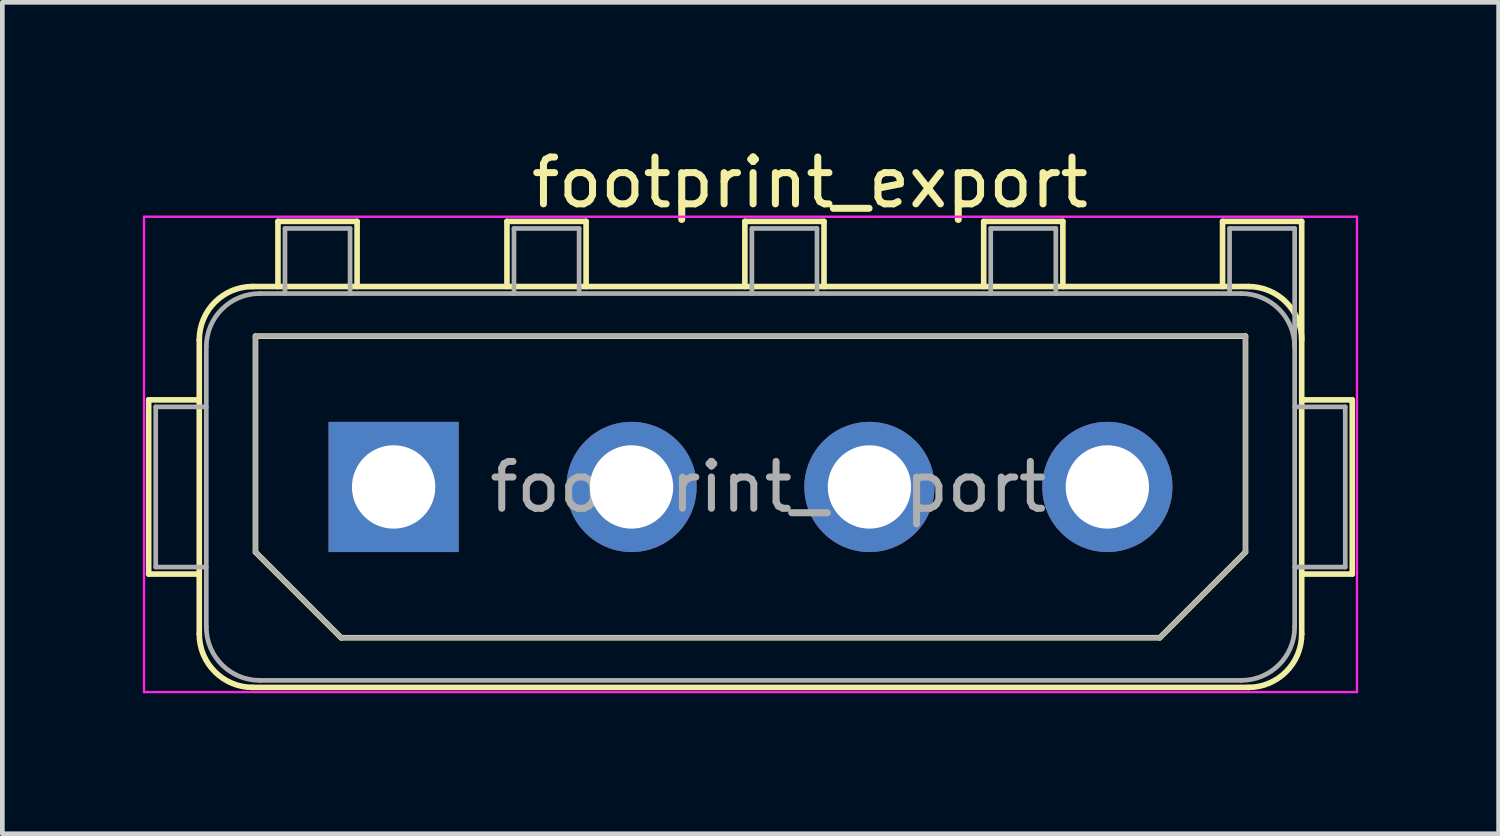
<source format=kicad_pcb>
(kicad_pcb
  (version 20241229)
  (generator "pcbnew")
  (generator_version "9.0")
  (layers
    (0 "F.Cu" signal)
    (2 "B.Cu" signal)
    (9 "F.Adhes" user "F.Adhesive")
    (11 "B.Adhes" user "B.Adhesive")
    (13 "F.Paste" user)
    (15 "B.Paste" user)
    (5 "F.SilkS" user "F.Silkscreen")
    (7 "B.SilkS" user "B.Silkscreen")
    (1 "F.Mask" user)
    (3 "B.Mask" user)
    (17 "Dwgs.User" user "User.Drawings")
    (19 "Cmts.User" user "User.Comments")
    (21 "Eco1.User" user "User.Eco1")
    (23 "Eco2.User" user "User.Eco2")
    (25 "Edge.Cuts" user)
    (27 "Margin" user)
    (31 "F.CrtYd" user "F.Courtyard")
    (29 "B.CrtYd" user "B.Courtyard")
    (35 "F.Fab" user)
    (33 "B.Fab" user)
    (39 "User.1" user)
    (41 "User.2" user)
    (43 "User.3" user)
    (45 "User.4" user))
  (footprint "footprint_export"
    (layer "F.Cu")
    (at 5.355 7.348)
    (property "Reference" "footprint_export" (at 8.89 -6.5 0) (layer "F.SilkS") (effects (font (size 1 1) (thickness 0.15))))
    (attr through_hole)
    (fp_line (start -5.23 -1.86) (end -4.15 -1.86) (stroke (width 0.12) (type solid)) (layer "F.SilkS"))
    (fp_line (start -5.23 1.86) (end -5.23 -1.86) (stroke (width 0.12) (type solid)) (layer "F.SilkS"))
    (fp_line (start -4.15 -3.14) (end -4.15 3.14) (stroke (width 0.12) (type solid)) (layer "F.SilkS"))
    (fp_line (start -4.15 1.86) (end -5.23 1.86) (stroke (width 0.12) (type solid)) (layer "F.SilkS"))
    (fp_line (start -3.01 4.28) (end 18.25 4.28) (stroke (width 0.12) (type solid)) (layer "F.SilkS"))
    (fp_line (start -2.95 -3.22) (end 18.19 -3.22) (stroke (width 0.12) (type solid)) (layer "F.SilkS"))
    (fp_line (start -2.95 1.39) (end -2.95 -3.22) (stroke (width 0.12) (type solid)) (layer "F.SilkS"))
    (fp_line (start -2.47 -5.67) (end -0.78 -5.67) (stroke (width 0.12) (type solid)) (layer "F.SilkS"))
    (fp_line (start -2.47 -4.28) (end -2.47 -5.67) (stroke (width 0.12) (type solid)) (layer "F.SilkS"))
    (fp_line (start -1.12 3.22) (end -2.95 1.39) (stroke (width 0.12) (type solid)) (layer "F.SilkS"))
    (fp_line (start -0.78 -5.67) (end -0.78 -4.28) (stroke (width 0.12) (type solid)) (layer "F.SilkS"))
    (fp_line (start 2.42 -5.67) (end 4.11 -5.67) (stroke (width 0.12) (type solid)) (layer "F.SilkS"))
    (fp_line (start 2.42 -4.28) (end 2.42 -5.67) (stroke (width 0.12) (type solid)) (layer "F.SilkS"))
    (fp_line (start 4.11 -5.67) (end 4.11 -4.28) (stroke (width 0.12) (type solid)) (layer "F.SilkS"))
    (fp_line (start 7.5 -5.67) (end 9.19 -5.67) (stroke (width 0.12) (type solid)) (layer "F.SilkS"))
    (fp_line (start 7.5 -4.28) (end 7.5 -5.67) (stroke (width 0.12) (type solid)) (layer "F.SilkS"))
    (fp_line (start 9.19 -5.67) (end 9.19 -4.28) (stroke (width 0.12) (type solid)) (layer "F.SilkS"))
    (fp_line (start 12.6 -5.67) (end 14.29 -5.67) (stroke (width 0.12) (type solid)) (layer "F.SilkS"))
    (fp_line (start 12.6 -4.28) (end 12.6 -5.67) (stroke (width 0.12) (type solid)) (layer "F.SilkS"))
    (fp_line (start 14.29 -5.67) (end 14.29 -4.28) (stroke (width 0.12) (type solid)) (layer "F.SilkS"))
    (fp_line (start 16.36 3.22) (end -1.12 3.22) (stroke (width 0.12) (type solid)) (layer "F.SilkS"))
    (fp_line (start 17.7 -5.67) (end 19.39 -5.67) (stroke (width 0.12) (type solid)) (layer "F.SilkS"))
    (fp_line (start 17.7 -4.28) (end 17.7 -5.67) (stroke (width 0.12) (type solid)) (layer "F.SilkS"))
    (fp_line (start 18.19 -3.22) (end 18.19 1.39) (stroke (width 0.12) (type solid)) (layer "F.SilkS"))
    (fp_line (start 18.19 1.39) (end 16.36 3.22) (stroke (width 0.12) (type solid)) (layer "F.SilkS"))
    (fp_line (start 18.25 -4.28) (end -3.01 -4.28) (stroke (width 0.12) (type solid)) (layer "F.SilkS"))
    (fp_line (start 19.39 1.86) (end 20.47 1.86) (stroke (width 0.12) (type solid)) (layer "F.SilkS"))
    (fp_line (start 19.39 3.14) (end 19.39 -5.67) (stroke (width 0.12) (type solid)) (layer "F.SilkS"))
    (fp_line (start 20.47 -1.86) (end 19.39 -1.86) (stroke (width 0.12) (type solid)) (layer "F.SilkS"))
    (fp_line (start 20.47 1.86) (end 20.47 -1.86) (stroke (width 0.12) (type solid)) (layer "F.SilkS"))
    (fp_arc (start -4.15 -3.14) (mid -3.816102 -3.946102) (end -3.01 -4.28) (stroke (width 0.12) (type solid)) (layer "F.SilkS"))
    (fp_arc (start -3.01 4.28) (mid -3.816102 3.946102) (end -4.15 3.14) (stroke (width 0.12) (type solid)) (layer "F.SilkS"))
    (fp_arc (start 18.25 -4.28) (mid 19.056102 -3.946102) (end 19.39 -3.14) (stroke (width 0.12) (type solid)) (layer "F.SilkS"))
    (fp_arc (start 19.39 3.14) (mid 19.056102 3.946102) (end 18.25 4.28) (stroke (width 0.12) (type solid)) (layer "F.SilkS"))
    (fp_line (start -5.33 -5.77) (end -5.33 4.38) (stroke (width 0.05) (type solid)) (layer "F.CrtYd"))
    (fp_line (start -5.33 4.38) (end 20.57 4.38) (stroke (width 0.05) (type solid)) (layer "F.CrtYd"))
    (fp_line (start 20.57 -5.77) (end -5.33 -5.77) (stroke (width 0.05) (type solid)) (layer "F.CrtYd"))
    (fp_line (start 20.57 4.38) (end 20.57 -5.77) (stroke (width 0.05) (type solid)) (layer "F.CrtYd"))
    (fp_line (start -5.08 -1.71) (end -4 -1.71) (stroke (width 0.1) (type solid)) (layer "F.Fab"))
    (fp_line (start -5.08 1.71) (end -5.08 -1.71) (stroke (width 0.1) (type solid)) (layer "F.Fab"))
    (fp_line (start -4 -2.99) (end -4 2.99) (stroke (width 0.1) (type solid)) (layer "F.Fab"))
    (fp_line (start -4 1.71) (end -5.08 1.71) (stroke (width 0.1) (type solid)) (layer "F.Fab"))
    (fp_line (start -2.95 -3.22) (end 18.19 -3.22) (stroke (width 0.1) (type solid)) (layer "F.Fab"))
    (fp_line (start -2.95 1.39) (end -2.95 -3.22) (stroke (width 0.1) (type solid)) (layer "F.Fab"))
    (fp_line (start -2.86 4.13) (end 18.1 4.13) (stroke (width 0.1) (type solid)) (layer "F.Fab"))
    (fp_line (start -2.32 -5.52) (end -0.93 -5.52) (stroke (width 0.1) (type solid)) (layer "F.Fab"))
    (fp_line (start -2.32 -4.13) (end -2.32 -5.52) (stroke (width 0.1) (type solid)) (layer "F.Fab"))
    (fp_line (start -1.12 3.22) (end -2.95 1.39) (stroke (width 0.1) (type solid)) (layer "F.Fab"))
    (fp_line (start -0.93 -5.52) (end -0.93 -4.13) (stroke (width 0.1) (type solid)) (layer "F.Fab"))
    (fp_line (start 2.57 -5.52) (end 3.96 -5.52) (stroke (width 0.1) (type solid)) (layer "F.Fab"))
    (fp_line (start 2.57 -4.13) (end 2.57 -5.52) (stroke (width 0.1) (type solid)) (layer "F.Fab"))
    (fp_line (start 3.96 -5.52) (end 3.96 -4.13) (stroke (width 0.1) (type solid)) (layer "F.Fab"))
    (fp_line (start 7.65 -5.52) (end 9.04 -5.52) (stroke (width 0.1) (type solid)) (layer "F.Fab"))
    (fp_line (start 7.65 -4.13) (end 7.65 -5.52) (stroke (width 0.1) (type solid)) (layer "F.Fab"))
    (fp_line (start 9.04 -5.52) (end 9.04 -4.13) (stroke (width 0.1) (type solid)) (layer "F.Fab"))
    (fp_line (start 12.75 -5.52) (end 14.14 -5.52) (stroke (width 0.1) (type solid)) (layer "F.Fab"))
    (fp_line (start 12.75 -4.13) (end 12.75 -5.52) (stroke (width 0.1) (type solid)) (layer "F.Fab"))
    (fp_line (start 14.14 -5.52) (end 14.14 -4.13) (stroke (width 0.1) (type solid)) (layer "F.Fab"))
    (fp_line (start 16.36 3.22) (end -1.12 3.22) (stroke (width 0.1) (type solid)) (layer "F.Fab"))
    (fp_line (start 17.85 -5.52) (end 19.24 -5.52) (stroke (width 0.1) (type solid)) (layer "F.Fab"))
    (fp_line (start 17.85 -4.13) (end 17.85 -5.52) (stroke (width 0.1) (type solid)) (layer "F.Fab"))
    (fp_line (start 18.1 -4.13) (end -2.86 -4.13) (stroke (width 0.1) (type solid)) (layer "F.Fab"))
    (fp_line (start 18.19 -3.22) (end 18.19 1.39) (stroke (width 0.1) (type solid)) (layer "F.Fab"))
    (fp_line (start 18.19 1.39) (end 16.36 3.22) (stroke (width 0.1) (type solid)) (layer "F.Fab"))
    (fp_line (start 19.24 1.71) (end 20.32 1.71) (stroke (width 0.1) (type solid)) (layer "F.Fab"))
    (fp_line (start 19.24 2.99) (end 19.24 -5.52) (stroke (width 0.1) (type solid)) (layer "F.Fab"))
    (fp_line (start 20.32 -1.71) (end 19.24 -1.71) (stroke (width 0.1) (type solid)) (layer "F.Fab"))
    (fp_line (start 20.32 1.71) (end 20.32 -1.71) (stroke (width 0.1) (type solid)) (layer "F.Fab"))
    (fp_arc (start -4 -2.99) (mid -3.666102 -3.796102) (end -2.86 -4.13) (stroke (width 0.1) (type solid)) (layer "F.Fab"))
    (fp_arc (start -2.86 4.13) (mid -3.666102 3.796102) (end -4 2.99) (stroke (width 0.1) (type solid)) (layer "F.Fab"))
    (fp_arc (start 18.1 -4.13) (mid 18.906102 -3.796102) (end 19.24 -2.99) (stroke (width 0.1) (type solid)) (layer "F.Fab"))
    (fp_arc (start 19.24 2.99) (mid 18.906102 3.796102) (end 18.1 4.13) (stroke (width 0.1) (type solid)) (layer "F.Fab"))
    (fp_text user "${REFERENCE}" (at 8 0 0) (layer "F.Fab") (effects (font (size 1 1) (thickness 0.15))))
    (pad "1" thru_hole rect (at 0 0) (size 2.78 2.78) (drill 1.78) (layers "*.Cu" "*.Mask"))
    (pad "2" thru_hole circle (at 5.08 0) (size 2.78 2.78) (drill 1.78) (layers "*.Cu" "*.Mask"))
    (pad "3" thru_hole circle (at 10.16 0) (size 2.78 2.78) (drill 1.78) (layers "*.Cu" "*.Mask"))
    (pad "4" thru_hole circle (at 15.24 0) (size 2.78 2.78) (drill 1.78) (layers "*.Cu" "*.Mask")))
  (gr_rect
    (start -3 -3)
    (end 28.95 14.753)
    (stroke (width 0.1) (type default))
    (fill no)
    (layer "Edge.Cuts")))
</source>
